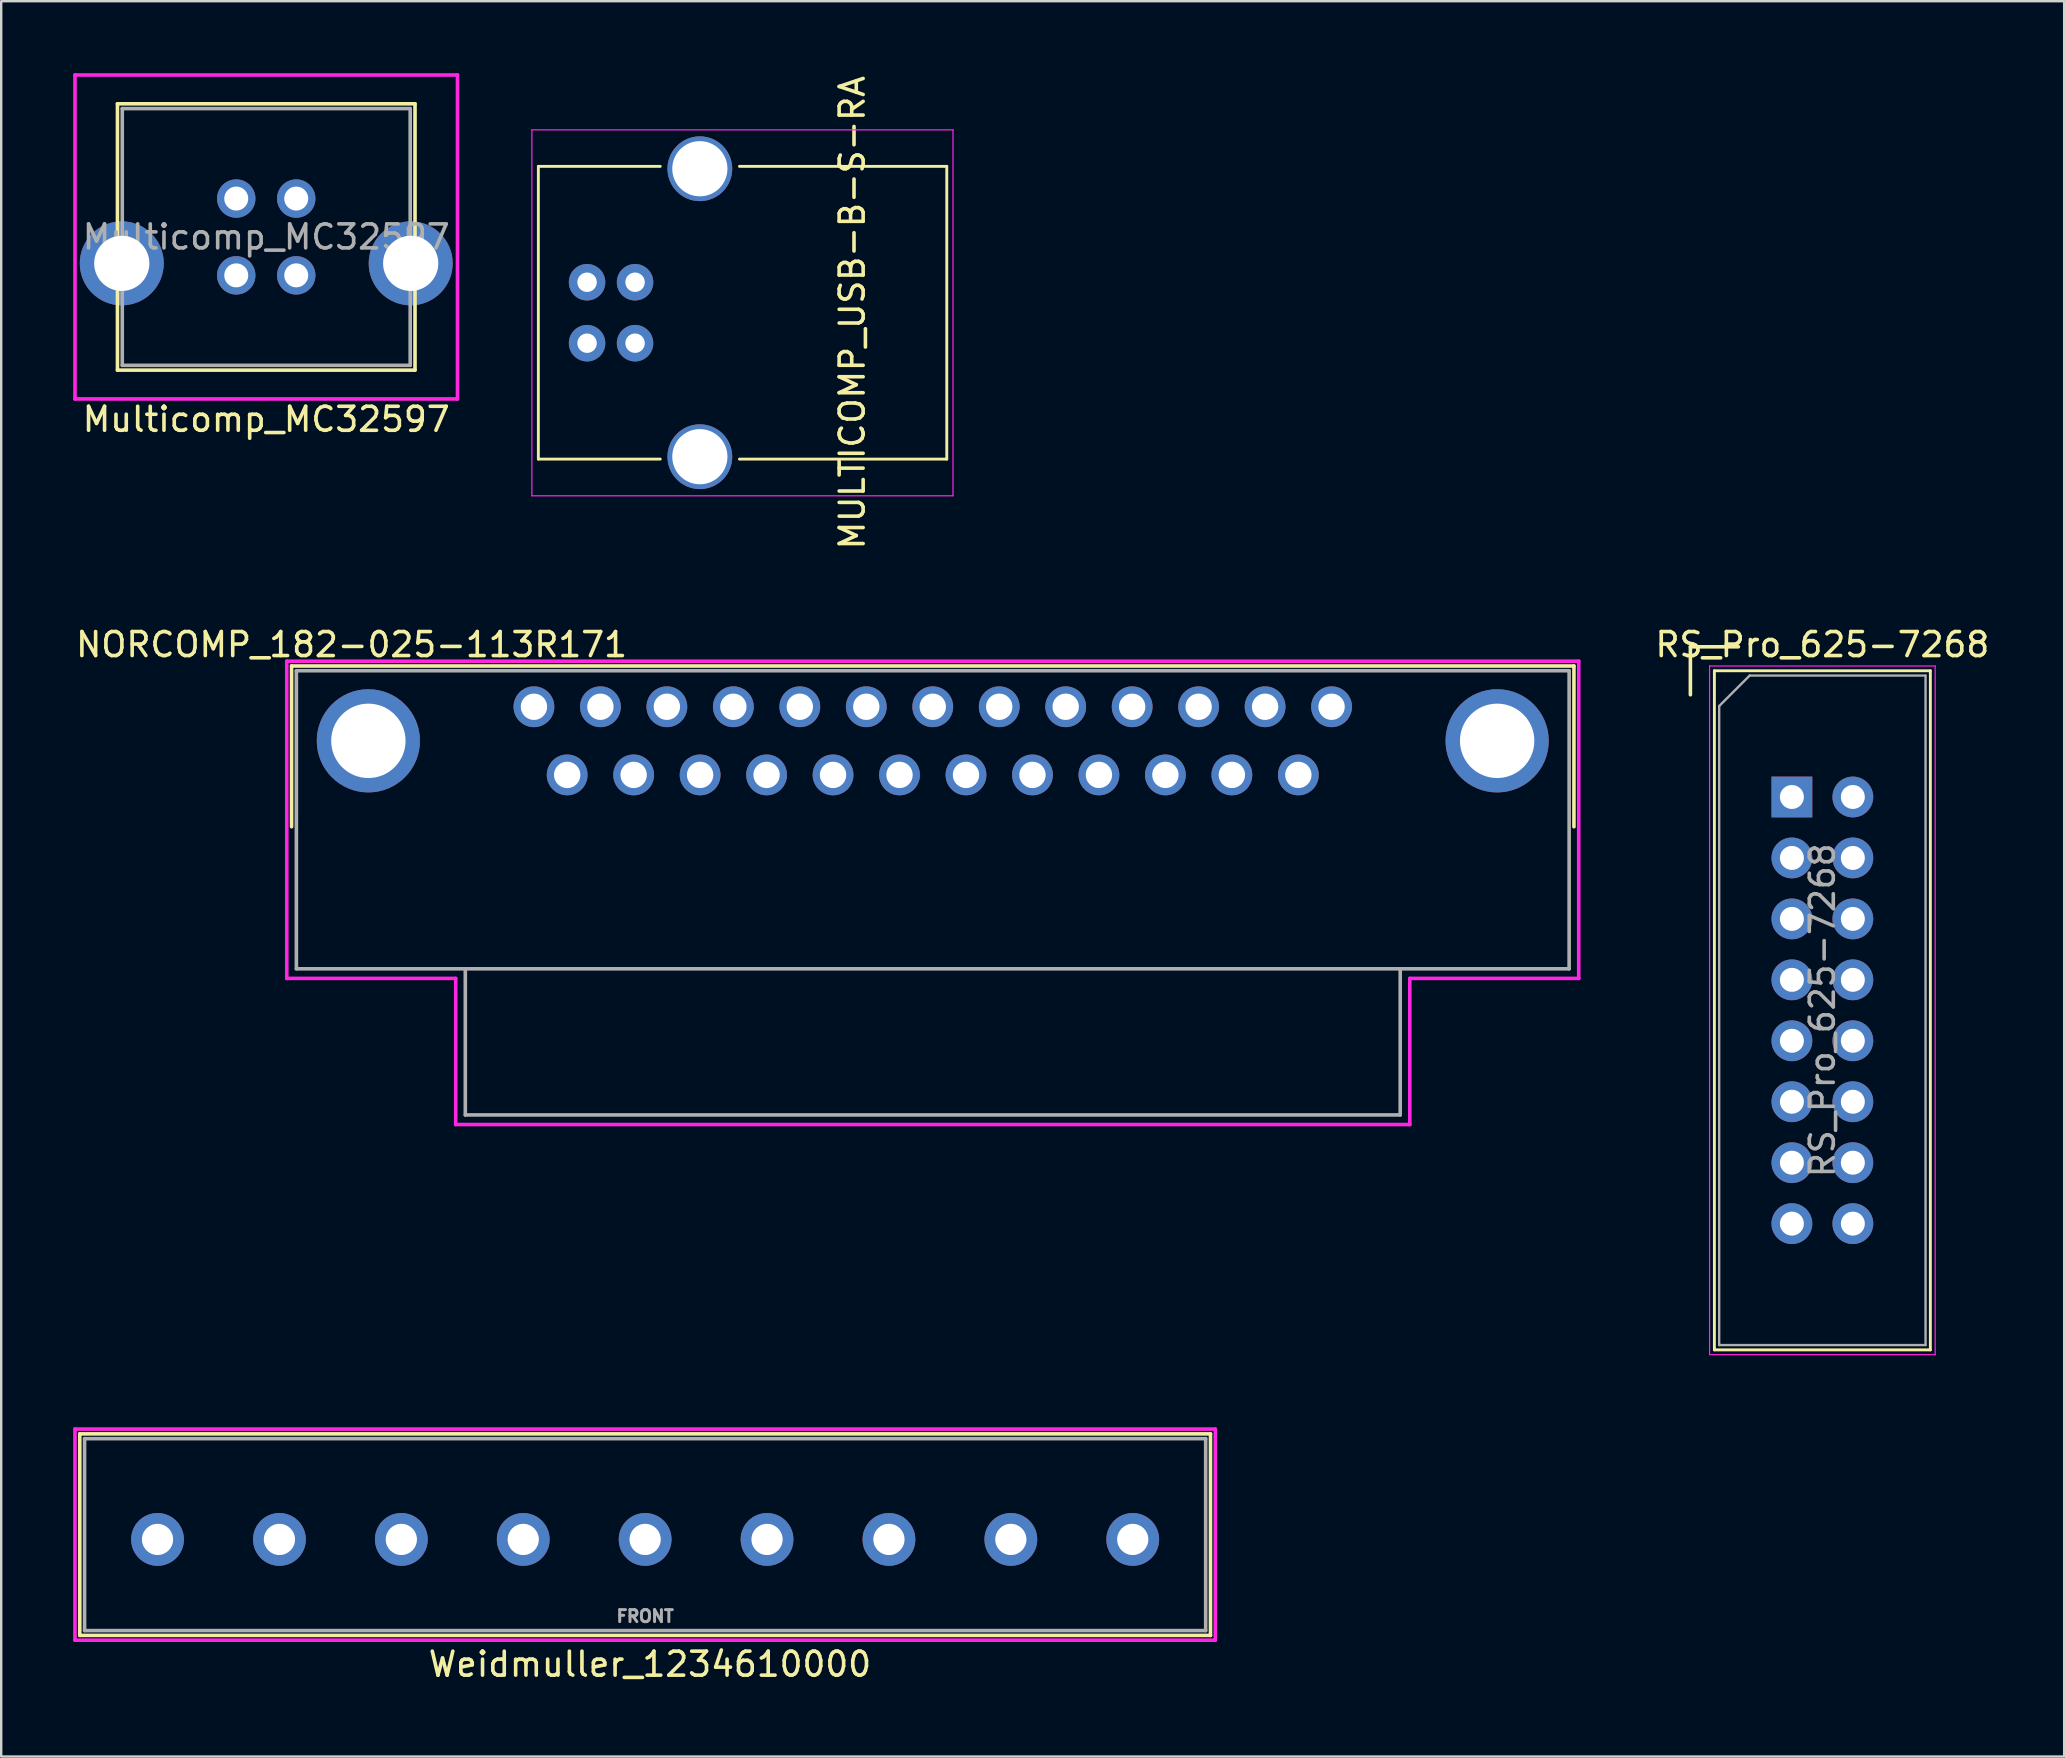
<source format=kicad_pcb>
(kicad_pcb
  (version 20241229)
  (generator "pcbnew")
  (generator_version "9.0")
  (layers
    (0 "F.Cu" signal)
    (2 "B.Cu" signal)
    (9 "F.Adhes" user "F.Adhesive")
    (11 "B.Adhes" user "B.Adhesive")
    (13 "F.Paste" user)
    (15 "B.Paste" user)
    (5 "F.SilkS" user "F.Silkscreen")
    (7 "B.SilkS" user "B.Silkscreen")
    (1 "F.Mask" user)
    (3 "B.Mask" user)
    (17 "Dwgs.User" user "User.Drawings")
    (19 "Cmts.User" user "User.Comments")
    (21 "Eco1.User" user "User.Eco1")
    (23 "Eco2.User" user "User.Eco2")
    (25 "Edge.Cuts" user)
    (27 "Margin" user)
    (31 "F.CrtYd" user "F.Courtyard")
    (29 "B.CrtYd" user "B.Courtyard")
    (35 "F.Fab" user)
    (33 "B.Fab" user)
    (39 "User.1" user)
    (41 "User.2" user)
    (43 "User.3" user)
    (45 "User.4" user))
  (footprint "MULTICOMP_USB-B-S-RA"
    (layer "F.Cu")
    (at 21.415 8.712)
    (property "Reference" "MULTICOMP_USB-B-S-RA" (at 11.05 1.27 90) (layer "F.SilkS") (effects (font (size 1 1) (thickness 0.15))))
    (attr through_hole)
    (fp_line (start -2.03 -4.83) (end 3.05 -4.83) (stroke (width 0.12) (type solid)) (layer "F.SilkS"))
    (fp_line (start -2.03 7.37) (end -2.03 -4.83) (stroke (width 0.12) (type solid)) (layer "F.SilkS"))
    (fp_line (start -2.03 7.37) (end 3.05 7.37) (stroke (width 0.12) (type solid)) (layer "F.SilkS"))
    (fp_line (start 6.35 -4.83) (end 14.99 -4.83) (stroke (width 0.12) (type solid)) (layer "F.SilkS"))
    (fp_line (start 6.35 7.37) (end 14.99 7.37) (stroke (width 0.12) (type solid)) (layer "F.SilkS"))
    (fp_line (start 14.99 -4.83) (end 14.99 7.37) (stroke (width 0.12) (type solid)) (layer "F.SilkS"))
    (fp_line (start -2.3 -6.35) (end 15.25 -6.35) (stroke (width 0.05) (type solid)) (layer "F.CrtYd"))
    (fp_line (start -2.3 8.9) (end -2.3 -6.35) (stroke (width 0.05) (type solid)) (layer "F.CrtYd"))
    (fp_line (start 15.25 -6.35) (end 15.25 8.9) (stroke (width 0.05) (type solid)) (layer "F.CrtYd"))
    (fp_line (start 15.25 8.9) (end -2.3 8.9) (stroke (width 0.05) (type solid)) (layer "F.CrtYd"))
    (pad "1" thru_hole circle (at 0 0 270) (size 1.52 1.52) (drill 0.81) (layers "*.Cu" "*.Mask"))
    (pad "2" thru_hole circle (at 0 2.54 270) (size 1.52 1.52) (drill 0.81) (layers "*.Cu" "*.Mask"))
    (pad "3" thru_hole circle (at 2 2.54 270) (size 1.52 1.52) (drill 0.81) (layers "*.Cu" "*.Mask"))
    (pad "4" thru_hole circle (at 2 0 270) (size 1.52 1.52) (drill 0.81) (layers "*.Cu" "*.Mask"))
    (pad "5" thru_hole circle (at 4.7 -4.73 270) (size 2.7 2.7) (drill 2.3) (layers "*.Cu" "*.Mask"))
    (pad "5" thru_hole circle (at 4.7 7.27 270) (size 2.7 2.7) (drill 2.3) (layers "*.Cu" "*.Mask")))
  (footprint "NORCOMP_182-025-113R171"
    (layer "F.Cu")
    (at 35.821 26.403)
    (property "Reference" "NORCOMP_182-025-113R171" (at -24.22 -2.59 0) (layer "F.SilkS") (effects (font (size 1 1) (thickness 0.15))))
    (attr through_hole)
    (fp_line (start -26.72 -1.7) (end -26.72 5) (stroke (width 0.15) (type solid)) (layer "F.SilkS"))
    (fp_line (start 26.72 -1.7) (end -26.72 -1.7) (stroke (width 0.15) (type solid)) (layer "F.SilkS"))
    (fp_line (start 26.72 5) (end 26.72 -1.7) (stroke (width 0.15) (type solid)) (layer "F.SilkS"))
    (fp_line (start -26.92 -1.9) (end -26.92 11.32) (stroke (width 0.15) (type solid)) (layer "F.CrtYd"))
    (fp_line (start -26.92 11.32) (end -19.88 11.32) (stroke (width 0.15) (type solid)) (layer "F.CrtYd"))
    (fp_line (start -19.88 11.32) (end -19.88 17.41) (stroke (width 0.15) (type solid)) (layer "F.CrtYd"))
    (fp_line (start -19.88 17.41) (end 19.88 17.41) (stroke (width 0.15) (type solid)) (layer "F.CrtYd"))
    (fp_line (start 19.88 11.32) (end 26.92 11.32) (stroke (width 0.15) (type solid)) (layer "F.CrtYd"))
    (fp_line (start 19.88 17.41) (end 19.88 11.32) (stroke (width 0.15) (type solid)) (layer "F.CrtYd"))
    (fp_line (start 26.92 -1.9) (end -26.92 -1.9) (stroke (width 0.15) (type solid)) (layer "F.CrtYd"))
    (fp_line (start 26.92 11.32) (end 26.92 -1.9) (stroke (width 0.15) (type solid)) (layer "F.CrtYd"))
    (fp_line (start -26.52 -1.5) (end -26.52 10.92) (stroke (width 0.15) (type solid)) (layer "F.Fab"))
    (fp_line (start -26.52 10.92) (end 26.52 10.92) (stroke (width 0.15) (type solid)) (layer "F.Fab"))
    (fp_line (start -19.48 10.92) (end -19.48 17.01) (stroke (width 0.15) (type solid)) (layer "F.Fab"))
    (fp_line (start -19.48 17.01) (end 19.48 17.01) (stroke (width 0.15) (type solid)) (layer "F.Fab"))
    (fp_line (start 19.48 17.01) (end 19.48 10.92) (stroke (width 0.15) (type solid)) (layer "F.Fab"))
    (fp_line (start 26.52 -1.5) (end -26.52 -1.5) (stroke (width 0.15) (type solid)) (layer "F.Fab"))
    (fp_line (start 26.52 10.92) (end 26.52 -1.5) (stroke (width 0.15) (type solid)) (layer "F.Fab"))
    (pad "0" thru_hole circle (at -23.52 1.42) (size 4.3 4.3) (drill 3.1) (layers "*.Cu" "*.Mask"))
    (pad "0" thru_hole circle (at 23.52 1.42) (size 4.3 4.3) (drill 3.1) (layers "*.Cu" "*.Mask"))
    (pad "1" thru_hole circle (at -16.62 0) (size 1.7 1.7) (drill 1.1) (layers "*.Cu" "*.Mask"))
    (pad "2" thru_hole circle (at -13.85 0) (size 1.7 1.7) (drill 1.1) (layers "*.Cu" "*.Mask"))
    (pad "3" thru_hole circle (at -11.08 0) (size 1.7 1.7) (drill 1.1) (layers "*.Cu" "*.Mask"))
    (pad "4" thru_hole circle (at -8.31 0) (size 1.7 1.7) (drill 1.1) (layers "*.Cu" "*.Mask"))
    (pad "5" thru_hole circle (at -5.54 0) (size 1.7 1.7) (drill 1.1) (layers "*.Cu" "*.Mask"))
    (pad "6" thru_hole circle (at -2.77 0) (size 1.7 1.7) (drill 1.1) (layers "*.Cu" "*.Mask"))
    (pad "7" thru_hole circle (at 0 0) (size 1.7 1.7) (drill 1.1) (layers "*.Cu" "*.Mask"))
    (pad "8" thru_hole circle (at 2.77 0) (size 1.7 1.7) (drill 1.1) (layers "*.Cu" "*.Mask"))
    (pad "9" thru_hole circle (at 5.54 0) (size 1.7 1.7) (drill 1.1) (layers "*.Cu" "*.Mask"))
    (pad "10" thru_hole circle (at 8.31 0) (size 1.7 1.7) (drill 1.1) (layers "*.Cu" "*.Mask"))
    (pad "11" thru_hole circle (at 11.08 0) (size 1.7 1.7) (drill 1.1) (layers "*.Cu" "*.Mask"))
    (pad "12" thru_hole circle (at 13.85 0) (size 1.7 1.7) (drill 1.1) (layers "*.Cu" "*.Mask"))
    (pad "13" thru_hole circle (at 16.62 0) (size 1.7 1.7) (drill 1.1) (layers "*.Cu" "*.Mask"))
    (pad "14" thru_hole circle (at -15.235 2.84) (size 1.7 1.7) (drill 1.1) (layers "*.Cu" "*.Mask"))
    (pad "15" thru_hole circle (at -12.465 2.84) (size 1.7 1.7) (drill 1.1) (layers "*.Cu" "*.Mask"))
    (pad "16" thru_hole circle (at -9.695 2.84) (size 1.7 1.7) (drill 1.1) (layers "*.Cu" "*.Mask"))
    (pad "17" thru_hole circle (at -6.925 2.84) (size 1.7 1.7) (drill 1.1) (layers "*.Cu" "*.Mask"))
    (pad "18" thru_hole circle (at -4.155 2.84) (size 1.7 1.7) (drill 1.1) (layers "*.Cu" "*.Mask"))
    (pad "19" thru_hole circle (at -1.385 2.84) (size 1.7 1.7) (drill 1.1) (layers "*.Cu" "*.Mask"))
    (pad "20" thru_hole circle (at 1.385 2.84) (size 1.7 1.7) (drill 1.1) (layers "*.Cu" "*.Mask"))
    (pad "21" thru_hole circle (at 4.155 2.84) (size 1.7 1.7) (drill 1.1) (layers "*.Cu" "*.Mask"))
    (pad "22" thru_hole circle (at 6.925 2.84) (size 1.7 1.7) (drill 1.1) (layers "*.Cu" "*.Mask"))
    (pad "23" thru_hole circle (at 9.695 2.84) (size 1.7 1.7) (drill 1.1) (layers "*.Cu" "*.Mask"))
    (pad "24" thru_hole circle (at 12.465 2.84) (size 1.7 1.7) (drill 1.1) (layers "*.Cu" "*.Mask"))
    (pad "25" thru_hole circle (at 15.235 2.84) (size 1.7 1.7) (drill 1.1) (layers "*.Cu" "*.Mask")))
  (footprint "Weidmuller_1234610000"
    (layer "F.Cu")
    (at 23.835 61.103)
    (property "Reference" "Weidmuller_1234610000" (at 0.2 5.2 0) (layer "F.SilkS") (effects (font (size 1 1) (thickness 0.15))))
    (attr through_hole)
    (fp_line (start -23.56 -4.4) (end -23.56 4) (stroke (width 0.15) (type solid)) (layer "F.SilkS"))
    (fp_line (start -23.56 -4.4) (end 23.56 -4.4) (stroke (width 0.15) (type solid)) (layer "F.SilkS"))
    (fp_line (start -23.56 4) (end 23.56 4) (stroke (width 0.15) (type solid)) (layer "F.SilkS"))
    (fp_line (start 23.56 -4.4) (end 23.56 4) (stroke (width 0.15) (type solid)) (layer "F.SilkS"))
    (fp_line (start -23.76 -4.6) (end -23.76 4.2) (stroke (width 0.15) (type solid)) (layer "F.CrtYd"))
    (fp_line (start -23.76 -4.6) (end 23.76 -4.6) (stroke (width 0.15) (type solid)) (layer "F.CrtYd"))
    (fp_line (start -23.76 4.2) (end 23.76 4.2) (stroke (width 0.15) (type solid)) (layer "F.CrtYd"))
    (fp_line (start 23.76 -4.6) (end 23.76 4.2) (stroke (width 0.15) (type solid)) (layer "F.CrtYd"))
    (fp_line (start -23.36 -4.2) (end -23.36 3.8) (stroke (width 0.15) (type solid)) (layer "F.Fab"))
    (fp_line (start -23.36 -4.2) (end 23.36 -4.2) (stroke (width 0.15) (type solid)) (layer "F.Fab"))
    (fp_line (start -23.36 3.8) (end 23.36 3.8) (stroke (width 0.15) (type solid)) (layer "F.Fab"))
    (fp_line (start 23.36 -4.2) (end 23.36 3.8) (stroke (width 0.15) (type solid)) (layer "F.Fab"))
    (fp_text user "FRONT" (at 0 3.2 0) (layer "F.Fab") (effects (font (size 0.5 0.5) (thickness 0.125))))
    (pad "1" thru_hole circle (at -20.32 0) (size 2.2 2.2) (drill 1.3) (layers "*.Cu" "*.Mask"))
    (pad "2" thru_hole circle (at -15.24 0) (size 2.2 2.2) (drill 1.3) (layers "*.Cu" "*.Mask"))
    (pad "3" thru_hole circle (at -10.16 0) (size 2.2 2.2) (drill 1.3) (layers "*.Cu" "*.Mask"))
    (pad "4" thru_hole circle (at -5.08 0) (size 2.2 2.2) (drill 1.3) (layers "*.Cu" "*.Mask"))
    (pad "5" thru_hole circle (at 0 0) (size 2.2 2.2) (drill 1.3) (layers "*.Cu" "*.Mask"))
    (pad "6" thru_hole circle (at 5.08 0) (size 2.2 2.2) (drill 1.3) (layers "*.Cu" "*.Mask"))
    (pad "7" thru_hole circle (at 10.16 0) (size 2.2 2.2) (drill 1.3) (layers "*.Cu" "*.Mask"))
    (pad "8" thru_hole circle (at 15.24 0) (size 2.2 2.2) (drill 1.3) (layers "*.Cu" "*.Mask"))
    (pad "9" thru_hole circle (at 20.32 0) (size 2.2 2.2) (drill 1.3) (layers "*.Cu" "*.Mask")))
  (footprint "RS_Pro_625-7268"
    (layer "F.Cu")
    (at 71.624 30.163)
    (property "Reference" "RS_Pro_625-7268" (at 1.27 -6.35 0) (layer "F.SilkS") (effects (font (size 1 1) (thickness 0.15))))
    (attr through_hole)
    (fp_line (start -4.23 -6.26) (end -4.23 -4.26) (stroke (width 0.15) (type solid)) (layer "F.SilkS"))
    (fp_line (start -4.23 -6.26) (end -2.23 -6.26) (stroke (width 0.15) (type solid)) (layer "F.SilkS"))
    (fp_line (start -3.23 -5.26) (end -3.23 23.04) (stroke (width 0.12) (type solid)) (layer "F.SilkS"))
    (fp_line (start -3.23 -5.26) (end 5.77 -5.26) (stroke (width 0.12) (type solid)) (layer "F.SilkS"))
    (fp_line (start -3.23 23.04) (end 5.77 23.04) (stroke (width 0.12) (type solid)) (layer "F.SilkS"))
    (fp_line (start 5.77 -5.26) (end 5.77 23.04) (stroke (width 0.12) (type solid)) (layer "F.SilkS"))
    (fp_line (start -3.43 -5.46) (end -3.43 23.24) (stroke (width 0.05) (type solid)) (layer "F.CrtYd"))
    (fp_line (start -3.43 23.24) (end 5.97 23.24) (stroke (width 0.05) (type solid)) (layer "F.CrtYd"))
    (fp_line (start 5.97 -5.46) (end -3.43 -5.46) (stroke (width 0.05) (type solid)) (layer "F.CrtYd"))
    (fp_line (start 5.97 23.24) (end 5.97 -5.46) (stroke (width 0.05) (type solid)) (layer "F.CrtYd"))
    (fp_line (start -3.03 -3.79) (end -1.76 -5.06) (stroke (width 0.1) (type solid)) (layer "F.Fab"))
    (fp_line (start -3.03 22.84) (end -3.03 -3.79) (stroke (width 0.1) (type solid)) (layer "F.Fab"))
    (fp_line (start -1.76 -5.06) (end 5.57 -5.06) (stroke (width 0.1) (type solid)) (layer "F.Fab"))
    (fp_line (start 5.57 -5.06) (end 5.57 22.84) (stroke (width 0.1) (type solid)) (layer "F.Fab"))
    (fp_line (start 5.57 22.84) (end -3.03 22.84) (stroke (width 0.1) (type solid)) (layer "F.Fab"))
    (fp_text user "${REFERENCE}" (at 1.27 8.89 90) (layer "F.Fab") (effects (font (size 1 1) (thickness 0.15))))
    (pad "1" thru_hole rect (at 0 0) (size 1.7 1.7) (drill 1) (layers "*.Cu" "*.Mask"))
    (pad "2" thru_hole oval (at 2.54 0) (size 1.7 1.7) (drill 1) (layers "*.Cu" "*.Mask"))
    (pad "3" thru_hole oval (at 0 2.54) (size 1.7 1.7) (drill 1) (layers "*.Cu" "*.Mask"))
    (pad "4" thru_hole oval (at 2.54 2.54) (size 1.7 1.7) (drill 1) (layers "*.Cu" "*.Mask"))
    (pad "5" thru_hole oval (at 0 5.08) (size 1.7 1.7) (drill 1) (layers "*.Cu" "*.Mask"))
    (pad "6" thru_hole oval (at 2.54 5.08) (size 1.7 1.7) (drill 1) (layers "*.Cu" "*.Mask"))
    (pad "7" thru_hole oval (at 0 7.62) (size 1.7 1.7) (drill 1) (layers "*.Cu" "*.Mask"))
    (pad "8" thru_hole oval (at 2.54 7.62) (size 1.7 1.7) (drill 1) (layers "*.Cu" "*.Mask"))
    (pad "9" thru_hole oval (at 0 10.16) (size 1.7 1.7) (drill 1) (layers "*.Cu" "*.Mask"))
    (pad "10" thru_hole oval (at 2.54 10.16) (size 1.7 1.7) (drill 1) (layers "*.Cu" "*.Mask"))
    (pad "11" thru_hole oval (at 0 12.7) (size 1.7 1.7) (drill 1) (layers "*.Cu" "*.Mask"))
    (pad "12" thru_hole oval (at 2.54 12.7) (size 1.7 1.7) (drill 1) (layers "*.Cu" "*.Mask"))
    (pad "13" thru_hole oval (at 0 15.24) (size 1.7 1.7) (drill 1) (layers "*.Cu" "*.Mask"))
    (pad "14" thru_hole oval (at 2.54 15.24) (size 1.7 1.7) (drill 1) (layers "*.Cu" "*.Mask"))
    (pad "15" thru_hole oval (at 0 17.78) (size 1.7 1.7) (drill 1) (layers "*.Cu" "*.Mask"))
    (pad "16" thru_hole oval (at 2.54 17.78) (size 1.7 1.7) (drill 1) (layers "*.Cu" "*.Mask")))
  (footprint "Multicomp_MC32597"
    (layer "F.Cu")
    (at 8.045 6.825)
    (property "Reference" "Multicomp_MC32597" (at 0 7.6 0) (layer "F.SilkS") (effects (font (size 1 1) (thickness 0.15))))
    (attr through_hole)
    (fp_line (start -6.2 -5.55) (end -6.2 5.55) (stroke (width 0.15) (type solid)) (layer "F.SilkS"))
    (fp_line (start -6.2 -5.55) (end 6.2 -5.55) (stroke (width 0.15) (type solid)) (layer "F.SilkS"))
    (fp_line (start -6.2 5.55) (end 6.2 5.55) (stroke (width 0.15) (type solid)) (layer "F.SilkS"))
    (fp_line (start 6.2 -5.55) (end 6.2 5.55) (stroke (width 0.15) (type solid)) (layer "F.SilkS"))
    (fp_line (start -7.97 -6.75) (end -7.97 6.75) (stroke (width 0.15) (type solid)) (layer "F.CrtYd"))
    (fp_line (start -7.97 -6.75) (end 7.97 -6.75) (stroke (width 0.15) (type solid)) (layer "F.CrtYd"))
    (fp_line (start -7.97 6.75) (end 7.97 6.75) (stroke (width 0.15) (type solid)) (layer "F.CrtYd"))
    (fp_line (start 7.97 -6.75) (end 7.97 6.75) (stroke (width 0.15) (type solid)) (layer "F.CrtYd"))
    (fp_line (start -6 -5.35) (end -6 5.35) (stroke (width 0.15) (type solid)) (layer "F.Fab"))
    (fp_line (start -6 -5.35) (end 6 -5.35) (stroke (width 0.15) (type solid)) (layer "F.Fab"))
    (fp_line (start -6 5.35) (end 6 5.35) (stroke (width 0.15) (type solid)) (layer "F.Fab"))
    (fp_line (start 6 -5.35) (end 6 5.35) (stroke (width 0.15) (type solid)) (layer "F.Fab"))
    (fp_text user "${REFERENCE}" (at 0 0 0) (layer "F.Fab") (effects (font (size 1 1) (thickness 0.15))))
    (pad "1" thru_hole circle (at 1.25 -1.6) (size 1.6 1.6) (drill 1) (layers "*.Cu" "*.Mask"))
    (pad "2" thru_hole circle (at -1.25 -1.6) (size 1.6 1.6) (drill 1) (layers "*.Cu" "*.Mask"))
    (pad "3" thru_hole circle (at -1.25 1.6) (size 1.6 1.6) (drill 1) (layers "*.Cu" "*.Mask"))
    (pad "4" thru_hole circle (at 1.25 1.6) (size 1.6 1.6) (drill 1) (layers "*.Cu" "*.Mask"))
    (pad "5" thru_hole circle (at -6.02 1.1) (size 3.5 3.5) (drill 2.3) (layers "*.Cu" "*.Mask"))
    (pad "5" thru_hole circle (at 6.02 1.1) (size 3.5 3.5) (drill 2.3) (layers "*.Cu" "*.Mask")))
  (gr_rect
    (start -3 -3)
    (end 82.971 70.151)
    (stroke (width 0.1) (type default))
    (fill no)
    (layer "Edge.Cuts")))
</source>
